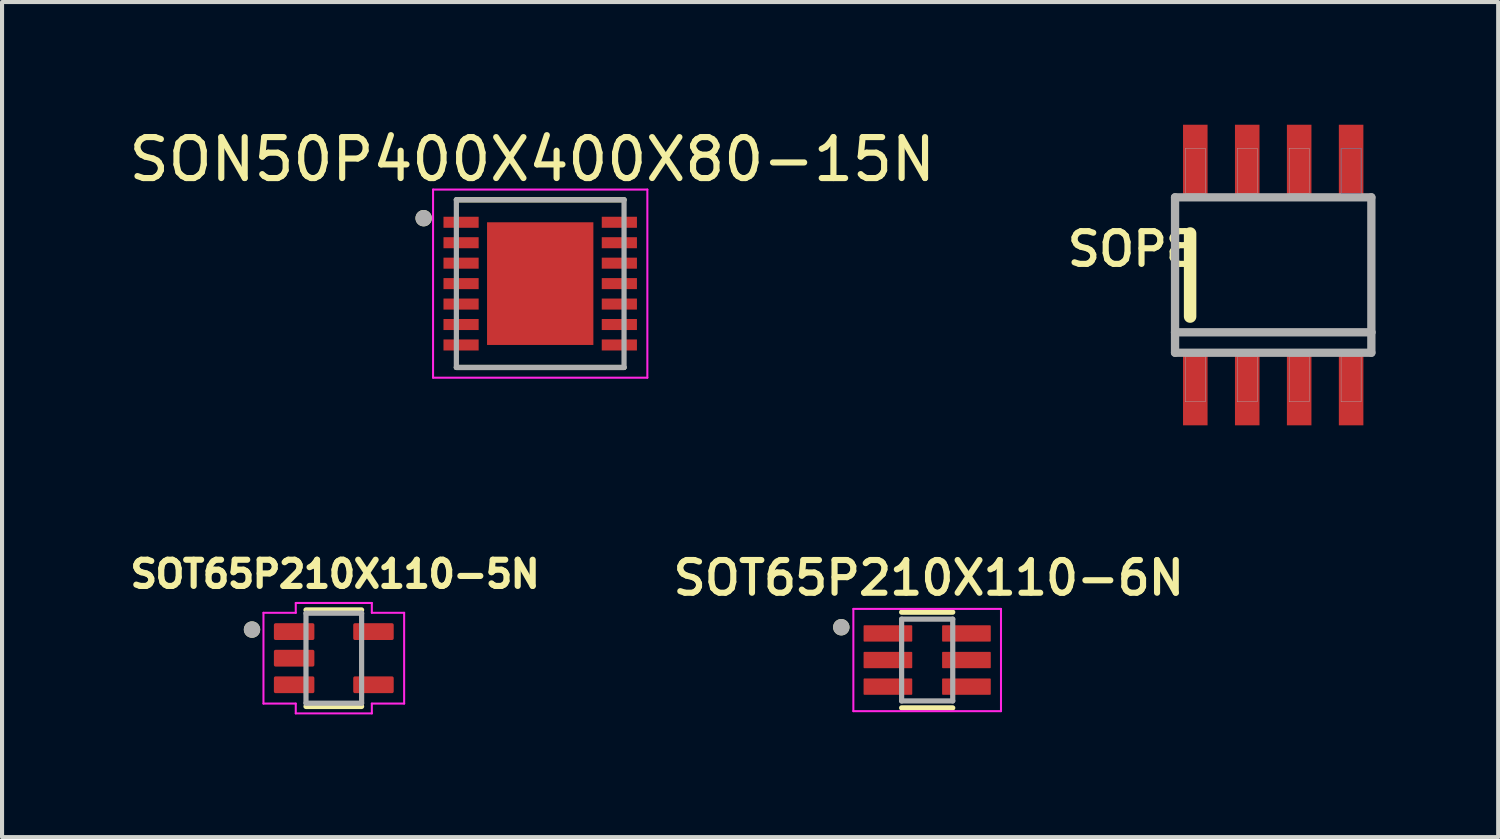
<source format=kicad_pcb>
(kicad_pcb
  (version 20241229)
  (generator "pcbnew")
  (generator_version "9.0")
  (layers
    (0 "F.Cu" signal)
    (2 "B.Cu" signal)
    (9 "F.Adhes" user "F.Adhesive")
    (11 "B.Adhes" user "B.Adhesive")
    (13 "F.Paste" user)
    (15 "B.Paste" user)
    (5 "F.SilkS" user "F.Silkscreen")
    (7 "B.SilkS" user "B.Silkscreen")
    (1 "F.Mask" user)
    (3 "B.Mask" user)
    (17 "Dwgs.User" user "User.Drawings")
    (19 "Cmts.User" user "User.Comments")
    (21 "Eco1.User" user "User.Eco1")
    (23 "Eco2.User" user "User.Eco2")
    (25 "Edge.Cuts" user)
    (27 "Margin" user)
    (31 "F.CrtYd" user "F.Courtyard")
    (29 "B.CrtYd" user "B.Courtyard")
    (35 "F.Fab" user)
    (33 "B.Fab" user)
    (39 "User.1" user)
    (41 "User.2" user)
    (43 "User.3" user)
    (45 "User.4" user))
  (footprint "SOT65P210X110-5N"
    (layer "F.Cu")
    (at 5.112 13.044)
    (property "Reference" "SOT65P210X110-5N" (at 0.032 -2.056 0) (layer "F.SilkS") (effects (font (size 0.64 0.64) (thickness 0.15))))
    (attr smd)
    (fp_line (start -0.68 1.18) (end 0.68 1.18) (stroke (width 0.127) (type solid)) (layer "F.SilkS"))
    (fp_line (start 0.68 -1.18) (end -0.68 -1.18) (stroke (width 0.127) (type solid)) (layer "F.SilkS"))
    (fp_circle (center -2 -0.7) (end -1.9 -0.7) (stroke (width 0.2) (type solid)) (fill no) (layer "F.SilkS"))
    (fp_line (start -1.72 -1.11) (end -0.93 -1.11) (stroke (width 0.05) (type solid)) (layer "F.CrtYd"))
    (fp_line (start -1.72 1.11) (end -1.72 -1.11) (stroke (width 0.05) (type solid)) (layer "F.CrtYd"))
    (fp_line (start -0.93 -1.35) (end 0.93 -1.35) (stroke (width 0.05) (type solid)) (layer "F.CrtYd"))
    (fp_line (start -0.93 -1.11) (end -0.93 -1.35) (stroke (width 0.05) (type solid)) (layer "F.CrtYd"))
    (fp_line (start -0.93 1.11) (end -1.72 1.11) (stroke (width 0.05) (type solid)) (layer "F.CrtYd"))
    (fp_line (start -0.93 1.35) (end -0.93 1.11) (stroke (width 0.05) (type solid)) (layer "F.CrtYd"))
    (fp_line (start 0.93 -1.35) (end 0.93 -1.11) (stroke (width 0.05) (type solid)) (layer "F.CrtYd"))
    (fp_line (start 0.93 -1.11) (end 1.72 -1.11) (stroke (width 0.05) (type solid)) (layer "F.CrtYd"))
    (fp_line (start 0.93 1.11) (end 0.93 1.35) (stroke (width 0.05) (type solid)) (layer "F.CrtYd"))
    (fp_line (start 0.93 1.35) (end -0.93 1.35) (stroke (width 0.05) (type solid)) (layer "F.CrtYd"))
    (fp_line (start 1.72 -1.11) (end 1.72 1.11) (stroke (width 0.05) (type solid)) (layer "F.CrtYd"))
    (fp_line (start 1.72 1.11) (end 0.93 1.11) (stroke (width 0.05) (type solid)) (layer "F.CrtYd"))
    (fp_line (start -0.68 -1.1) (end -0.68 1.1) (stroke (width 0.127) (type solid)) (layer "F.Fab"))
    (fp_line (start -0.68 1.1) (end 0.68 1.1) (stroke (width 0.127) (type solid)) (layer "F.Fab"))
    (fp_line (start 0.68 -1.1) (end -0.68 -1.1) (stroke (width 0.127) (type solid)) (layer "F.Fab"))
    (fp_line (start 0.68 1.1) (end 0.68 -1.1) (stroke (width 0.127) (type solid)) (layer "F.Fab"))
    (fp_circle (center -2 -0.7) (end -1.9 -0.7) (stroke (width 0.2) (type solid)) (fill no) (layer "F.Fab"))
    (pad "1" smd roundrect (at -0.97 -0.65) (size 0.99 0.41) (layers "F.Cu" "F.Mask" "F.Paste") (roundrect_rratio 0.1))
    (pad "2" smd roundrect (at -0.97 0) (size 0.99 0.41) (layers "F.Cu" "F.Mask" "F.Paste") (roundrect_rratio 0.1))
    (pad "3" smd roundrect (at -0.97 0.65) (size 0.99 0.41) (layers "F.Cu" "F.Mask" "F.Paste") (roundrect_rratio 0.1))
    (pad "4" smd roundrect (at 0.97 0.65) (size 0.99 0.41) (layers "F.Cu" "F.Mask" "F.Paste") (roundrect_rratio 0.1))
    (pad "5" smd roundrect (at 0.97 -0.65) (size 0.99 0.41) (layers "F.Cu" "F.Mask" "F.Paste") (roundrect_rratio 0.1)))
  (footprint "SOP8"
    (layer "F.Cu")
    (at 28.082 3.675)
    (property "Reference" "SOP8" (at -3.429 -0.635 180) (layer "F.SilkS") (effects (font (size 0.8 0.8) (thickness 0.15))))
    (attr through_hole)
    (fp_line (start -2.032 1.016) (end -2.032 -1.016) (stroke (width 0.305) (type solid)) (layer "F.SilkS"))
    (fp_poly (pts (xy 1.66 -3.1) (xy 2.15 -3.1) (xy 2.15 -2) (xy 1.66 -2)) (stroke (width 0.01) (type solid)) (fill no) (layer "B.Fab"))
    (fp_line (start -2.4 -1.9) (end 2.4 -1.9) (stroke (width 0.203) (type solid)) (layer "F.Fab"))
    (fp_line (start -2.4 1.4) (end -2.4 -1.9) (stroke (width 0.203) (type solid)) (layer "F.Fab"))
    (fp_line (start -2.4 1.9) (end -2.4 1.4) (stroke (width 0.203) (type solid)) (layer "F.Fab"))
    (fp_line (start 2.4 -1.9) (end 2.4 1.4) (stroke (width 0.203) (type solid)) (layer "F.Fab"))
    (fp_line (start 2.4 1.4) (end -2.4 1.4) (stroke (width 0.203) (type solid)) (layer "F.Fab"))
    (fp_line (start 2.4 1.4) (end 2.4 1.9) (stroke (width 0.203) (type solid)) (layer "F.Fab"))
    (fp_line (start 2.4 1.9) (end -2.4 1.9) (stroke (width 0.203) (type solid)) (layer "F.Fab"))
    (fp_poly (pts (xy -2.15 -3.1) (xy -1.66 -3.1) (xy -1.66 -2) (xy -2.15 -2)) (stroke (width 0.01) (type solid)) (fill no) (layer "F.Fab"))
    (fp_poly (pts (xy -2.15 2) (xy -1.66 2) (xy -1.66 3.1) (xy -2.15 3.1)) (stroke (width 0.01) (type solid)) (fill no) (layer "F.Fab"))
    (fp_poly (pts (xy -0.88 -3.1) (xy -0.39 -3.1) (xy -0.39 -2) (xy -0.88 -2)) (stroke (width 0.01) (type solid)) (fill no) (layer "F.Fab"))
    (fp_poly (pts (xy -0.88 2) (xy -0.39 2) (xy -0.39 3.1) (xy -0.88 3.1)) (stroke (width 0.01) (type solid)) (fill no) (layer "F.Fab"))
    (fp_poly (pts (xy 0.39 -3.1) (xy 0.88 -3.1) (xy 0.88 -2) (xy 0.39 -2)) (stroke (width 0.01) (type solid)) (fill no) (layer "F.Fab"))
    (fp_poly (pts (xy 0.39 2) (xy 0.88 2) (xy 0.88 3.1) (xy 0.39 3.1)) (stroke (width 0.01) (type solid)) (fill no) (layer "F.Fab"))
    (fp_poly (pts (xy 1.66 -3.1) (xy 2.15 -3.1) (xy 2.15 -2) (xy 1.66 -2)) (stroke (width 0.01) (type solid)) (fill no) (layer "F.Fab"))
    (fp_poly (pts (xy 1.66 2) (xy 2.15 2) (xy 2.15 3.1) (xy 1.66 3.1)) (stroke (width 0.01) (type solid)) (fill no) (layer "F.Fab"))
    (pad "1" smd rect (at -1.905 2.8) (size 0.6 1.75) (layers "F.Cu" "F.Mask" "F.Paste"))
    (pad "2" smd rect (at -0.635 2.8) (size 0.6 1.75) (layers "F.Cu" "F.Mask" "F.Paste"))
    (pad "3" smd rect (at 0.635 2.8) (size 0.6 1.75) (layers "F.Cu" "F.Mask" "F.Paste"))
    (pad "4" smd rect (at 1.905 2.8) (size 0.6 1.75) (layers "F.Cu" "F.Mask" "F.Paste"))
    (pad "5" smd rect (at 1.905 -2.8) (size 0.6 1.75) (layers "F.Cu" "F.Mask" "F.Paste"))
    (pad "6" smd rect (at 0.635 -2.8) (size 0.6 1.75) (layers "F.Cu" "F.Mask" "F.Paste"))
    (pad "7" smd rect (at -0.635 -2.8) (size 0.6 1.75) (layers "F.Cu" "F.Mask" "F.Paste"))
    (pad "8" smd rect (at -1.905 -2.8) (size 0.6 1.75) (layers "F.Cu" "F.Mask" "F.Paste")))
  (footprint "SON50P400X400X80-15N"
    (layer "F.Cu")
    (at 10.159 3.885)
    (property "Reference" "SON50P400X400X80-15N" (at -0.195 -3.037 0) (layer "F.SilkS") (effects (font (size 1.001 1.001) (thickness 0.15))))
    (attr through_hole)
    (fp_line (start -2.05 -2.05) (end 2.05 -2.05) (stroke (width 0.127) (type solid)) (layer "F.SilkS"))
    (fp_line (start 2.05 2.05) (end -2.05 2.05) (stroke (width 0.127) (type solid)) (layer "F.SilkS"))
    (fp_circle (center -2.85 -1.6) (end -2.75 -1.6) (stroke (width 0.2) (type solid)) (fill no) (layer "F.SilkS"))
    (fp_poly (pts (xy -0.82 -0.95) (xy 0.82 -0.95) (xy 0.82 0.95) (xy -0.82 0.95)) (stroke (width 0.01) (type solid)) (fill yes) (layer "F.Paste"))
    (fp_line (start -2.62 -2.3) (end 2.62 -2.3) (stroke (width 0.05) (type solid)) (layer "F.CrtYd"))
    (fp_line (start -2.62 2.3) (end -2.62 -2.3) (stroke (width 0.05) (type solid)) (layer "F.CrtYd"))
    (fp_line (start 2.62 -2.3) (end 2.62 2.3) (stroke (width 0.05) (type solid)) (layer "F.CrtYd"))
    (fp_line (start 2.62 2.3) (end -2.62 2.3) (stroke (width 0.05) (type solid)) (layer "F.CrtYd"))
    (fp_line (start -2.05 -2.05) (end 2.05 -2.05) (stroke (width 0.127) (type solid)) (layer "F.Fab"))
    (fp_line (start -2.05 2.05) (end -2.05 -2.05) (stroke (width 0.127) (type solid)) (layer "F.Fab"))
    (fp_line (start 2.05 -2.05) (end 2.05 2.05) (stroke (width 0.127) (type solid)) (layer "F.Fab"))
    (fp_line (start 2.05 2.05) (end -2.05 2.05) (stroke (width 0.127) (type solid)) (layer "F.Fab"))
    (fp_circle (center -2.85 -1.6) (end -2.75 -1.6) (stroke (width 0.2) (type solid)) (fill no) (layer "F.Fab"))
    (pad "1" smd rect (at -1.935 -1.5) (size 0.86 0.27) (layers "F.Cu" "F.Mask" "F.Paste"))
    (pad "2" smd rect (at -1.935 -1) (size 0.86 0.27) (layers "F.Cu" "F.Mask" "F.Paste"))
    (pad "3" smd rect (at -1.935 -0.5) (size 0.86 0.27) (layers "F.Cu" "F.Mask" "F.Paste"))
    (pad "4" smd rect (at -1.935 0) (size 0.86 0.27) (layers "F.Cu" "F.Mask" "F.Paste"))
    (pad "5" smd rect (at -1.935 0.5) (size 0.86 0.27) (layers "F.Cu" "F.Mask" "F.Paste"))
    (pad "6" smd rect (at -1.935 1) (size 0.86 0.27) (layers "F.Cu" "F.Mask" "F.Paste"))
    (pad "7" smd rect (at -1.935 1.5) (size 0.86 0.27) (layers "F.Cu" "F.Mask" "F.Paste"))
    (pad "8" smd rect (at 1.935 1.5) (size 0.86 0.27) (layers "F.Cu" "F.Mask" "F.Paste"))
    (pad "9" smd rect (at 1.935 1) (size 0.86 0.27) (layers "F.Cu" "F.Mask" "F.Paste"))
    (pad "10" smd rect (at 1.935 0.5) (size 0.86 0.27) (layers "F.Cu" "F.Mask" "F.Paste"))
    (pad "11" smd rect (at 1.935 0) (size 0.86 0.27) (layers "F.Cu" "F.Mask" "F.Paste"))
    (pad "12" smd rect (at 1.935 -0.5) (size 0.86 0.27) (layers "F.Cu" "F.Mask" "F.Paste"))
    (pad "13" smd rect (at 1.935 -1) (size 0.86 0.27) (layers "F.Cu" "F.Mask" "F.Paste"))
    (pad "14" smd rect (at 1.935 -1.5) (size 0.86 0.27) (layers "F.Cu" "F.Mask" "F.Paste"))
    (pad "15" smd rect (at 0 0) (size 2.6 3) (layers "F.Cu" "F.Mask")))
  (footprint "SOT65P210X110-6N"
    (layer "F.Cu")
    (at 19.621 13.089)
    (property "Reference" "SOT65P210X110-6N" (at 0.04 -2.008 0) (layer "F.SilkS") (effects (font (size 0.8 0.8) (thickness 0.15))))
    (attr smd)
    (fp_line (start -0.625 -1.17) (end 0.625 -1.17) (stroke (width 0.127) (type solid)) (layer "F.SilkS"))
    (fp_line (start -0.625 1.17) (end 0.625 1.17) (stroke (width 0.127) (type solid)) (layer "F.SilkS"))
    (fp_circle (center -2.1 -0.802) (end -2 -0.802) (stroke (width 0.2) (type solid)) (fill no) (layer "F.SilkS"))
    (fp_line (start -1.805 -1.25) (end -1.805 1.25) (stroke (width 0.05) (type solid)) (layer "F.CrtYd"))
    (fp_line (start -1.805 1.25) (end 1.805 1.25) (stroke (width 0.05) (type solid)) (layer "F.CrtYd"))
    (fp_line (start 1.805 -1.25) (end -1.805 -1.25) (stroke (width 0.05) (type solid)) (layer "F.CrtYd"))
    (fp_line (start 1.805 1.25) (end 1.805 -1.25) (stroke (width 0.05) (type solid)) (layer "F.CrtYd"))
    (fp_line (start -0.625 -1) (end -0.625 1) (stroke (width 0.127) (type solid)) (layer "F.Fab"))
    (fp_line (start -0.625 1) (end 0.625 1) (stroke (width 0.127) (type solid)) (layer "F.Fab"))
    (fp_line (start 0.625 -1) (end -0.625 -1) (stroke (width 0.127) (type solid)) (layer "F.Fab"))
    (fp_line (start 0.625 1) (end 0.625 -1) (stroke (width 0.127) (type solid)) (layer "F.Fab"))
    (fp_circle (center -2.1 -0.802) (end -2 -0.802) (stroke (width 0.2) (type solid)) (fill no) (layer "F.Fab"))
    (pad "1" smd roundrect (at -0.96 -0.65) (size 1.19 0.4) (layers "F.Cu" "F.Mask" "F.Paste") (roundrect_rratio 0.05))
    (pad "2" smd roundrect (at -0.96 0) (size 1.19 0.4) (layers "F.Cu" "F.Mask" "F.Paste") (roundrect_rratio 0.05))
    (pad "3" smd roundrect (at -0.96 0.65) (size 1.19 0.4) (layers "F.Cu" "F.Mask" "F.Paste") (roundrect_rratio 0.05))
    (pad "4" smd roundrect (at 0.96 0.65) (size 1.19 0.4) (layers "F.Cu" "F.Mask" "F.Paste") (roundrect_rratio 0.05))
    (pad "5" smd roundrect (at 0.96 0) (size 1.19 0.4) (layers "F.Cu" "F.Mask" "F.Paste") (roundrect_rratio 0.05))
    (pad "6" smd roundrect (at 0.96 -0.65) (size 1.19 0.4) (layers "F.Cu" "F.Mask" "F.Paste") (roundrect_rratio 0.05)))
  (gr_rect
    (start -3 -3)
    (end 33.583 17.419)
    (stroke (width 0.1) (type default))
    (fill no)
    (layer "Edge.Cuts")))
</source>
